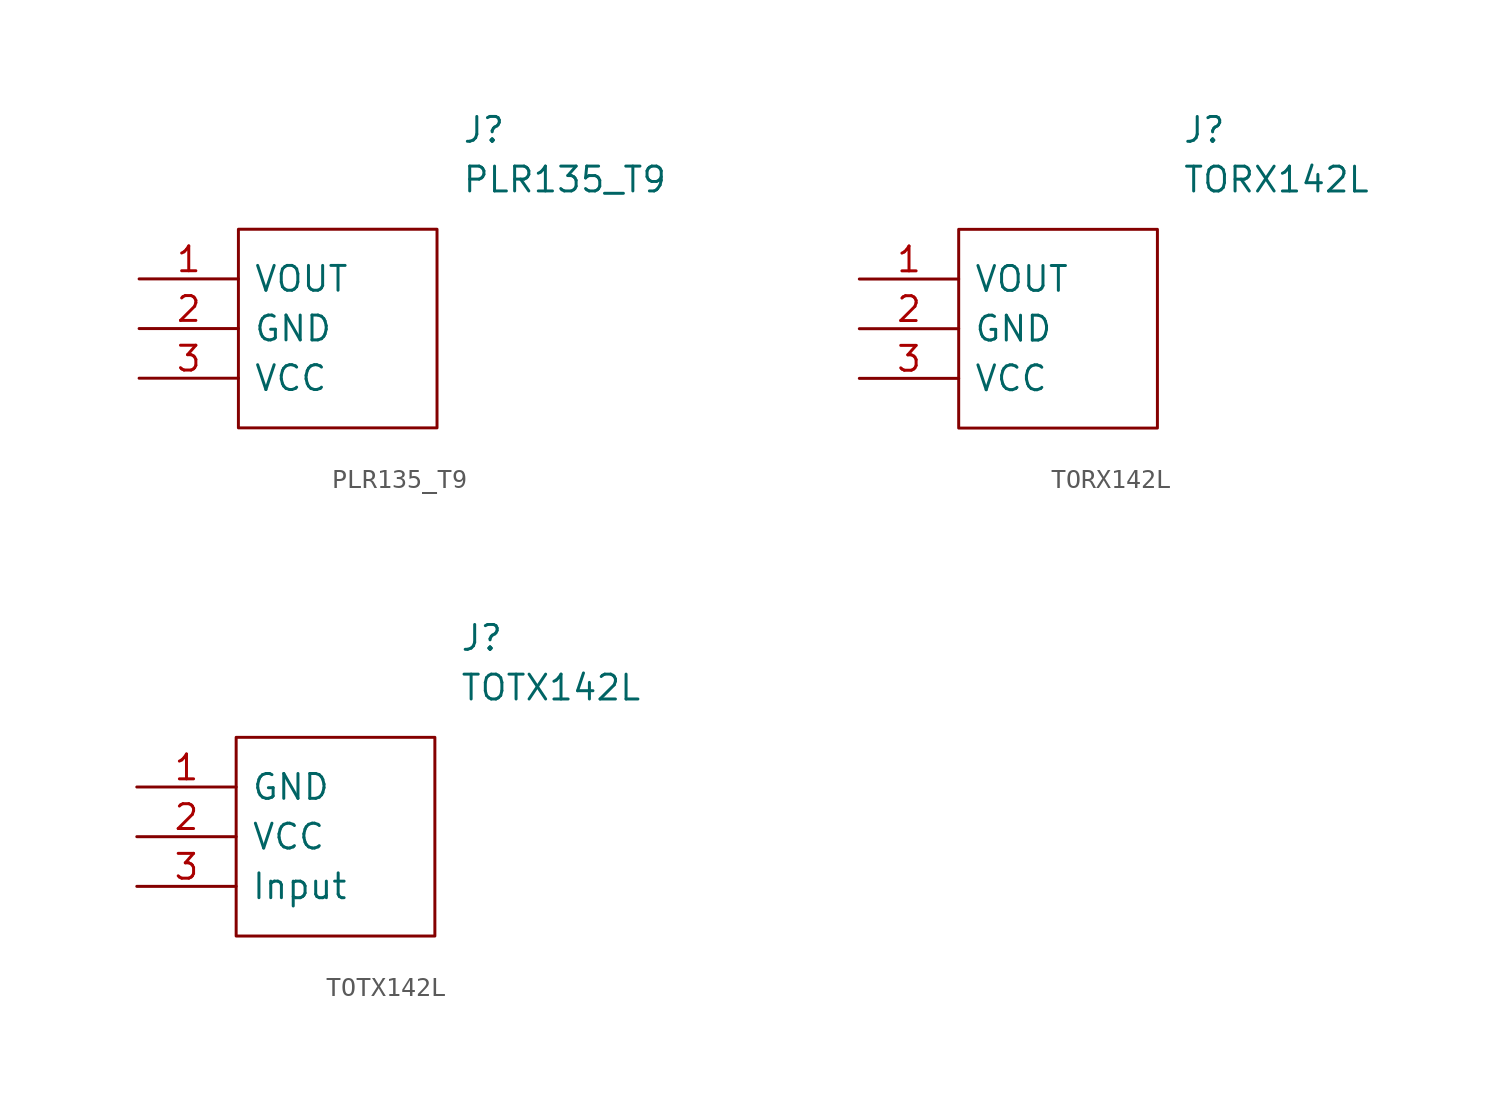
<source format=kicad_sym>
(kicad_symbol_lib
  (version 20211014)
  (generator kicad_symbol_editor)
  (symbol "PLR135_T9"
    (pin_names
      (offset 0.762))
    (property "Reference" "J"
      (at 16.51 7.62 0)
      (effects (font (size 1.27 1.27)) (justify left)))
    (property "Value" "PLR135_T9"
      (at 16.51 5.08 0)
      (effects (font (size 1.27 1.27)) (justify left)))
    (symbol "PLR135_T9_0_0"
      (pin passive line (at 0 0 0) (length 5.08) (name "VOUT" (effects (font (size 1.27 1.27)))) (number "1" (effects (font (size 1.27 1.27)))))
      (pin passive line (at 0 -2.54 0) (length 5.08) (name "GND" (effects (font (size 1.27 1.27)))) (number "2" (effects (font (size 1.27 1.27)))))
      (pin passive line (at 0 -5.08 0) (length 5.08) (name "VCC" (effects (font (size 1.27 1.27)))) (number "3" (effects (font (size 1.27 1.27))))))
    (symbol "PLR135_T9_0_1"
      (polyline (pts (xy 5.08 2.54) (xy 15.24 2.54) (xy 15.24 -7.62) (xy 5.08 -7.62) (xy 5.08 2.54)) (stroke (width 0.152) (type default) (color 0 0 0 0)) (fill (type none)))))
  (symbol "TORX142L"
    (pin_names
      (offset 0.762))
    (property "Reference" "J"
      (at 16.51 7.62 0)
      (effects (font (size 1.27 1.27)) (justify left)))
    (property "Value" "TORX142L"
      (at 16.51 5.08 0)
      (effects (font (size 1.27 1.27)) (justify left)))
    (symbol "TORX142L_0_0"
      (pin passive line (at 0 0 0) (length 5.08) (name "VOUT" (effects (font (size 1.27 1.27)))) (number "1" (effects (font (size 1.27 1.27)))))
      (pin passive line (at 0 -2.54 0) (length 5.08) (name "GND" (effects (font (size 1.27 1.27)))) (number "2" (effects (font (size 1.27 1.27)))))
      (pin passive line (at 0 -5.08 0) (length 5.08) (name "VCC" (effects (font (size 1.27 1.27)))) (number "3" (effects (font (size 1.27 1.27))))))
    (symbol "TORX142L_0_1"
      (polyline (pts (xy 5.08 2.54) (xy 15.24 2.54) (xy 15.24 -7.62) (xy 5.08 -7.62) (xy 5.08 2.54)) (stroke (width 0.152) (type default) (color 0 0 0 0)) (fill (type none)))))
  (symbol "TOTX142L"
    (pin_names
      (offset 0.762))
    (property "Reference" "J"
      (at 16.51 7.62 0)
      (effects (font (size 1.27 1.27)) (justify left)))
    (property "Value" "TOTX142L"
      (at 16.51 5.08 0)
      (effects (font (size 1.27 1.27)) (justify left)))
    (symbol "TOTX142L_0_0"
      (pin passive line (at 0 0 0) (length 5.08) (name "GND" (effects (font (size 1.27 1.27)))) (number "1" (effects (font (size 1.27 1.27)))))
      (pin passive line (at 0 -2.54 0) (length 5.08) (name "VCC" (effects (font (size 1.27 1.27)))) (number "2" (effects (font (size 1.27 1.27)))))
      (pin passive line (at 0 -5.08 0) (length 5.08) (name "Input" (effects (font (size 1.27 1.27)))) (number "3" (effects (font (size 1.27 1.27))))))
    (symbol "TOTX142L_0_1"
      (polyline (pts (xy 5.08 2.54) (xy 15.24 2.54) (xy 15.24 -7.62) (xy 5.08 -7.62) (xy 5.08 2.54)) (stroke (width 0.152) (type default) (color 0 0 0 0)) (fill (type none))))))
</source>
